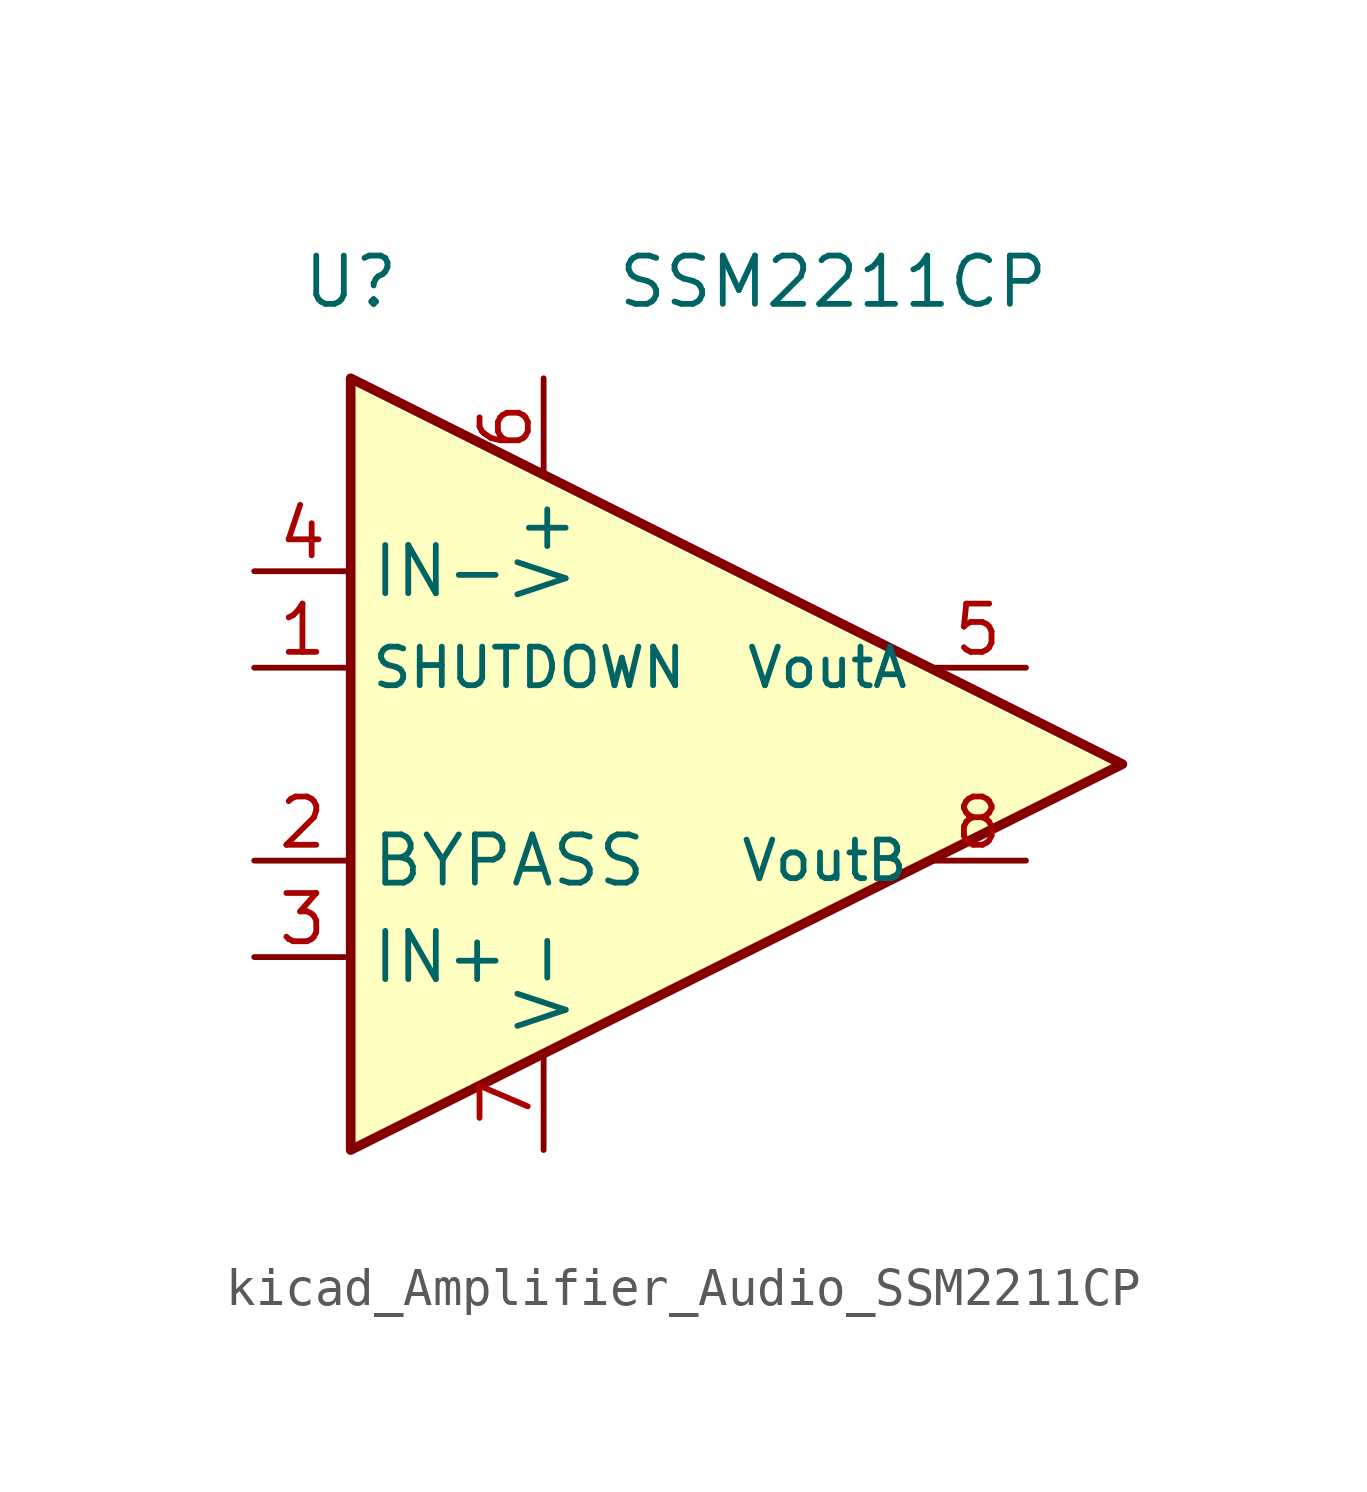
<source format=kicad_sym>
(kicad_symbol_lib
  (version 20220914)
  (generator kicad_symbol_editor)
  (symbol "kicad_Amplifier_Audio_SSM2211CP"
    (property "Reference" "U"
      (at -7.62 12.7 0)
      (effects (font (size 1.27 1.27))))
    (property "Value" "SSM2211CP"
      (at 5.08 12.7 0)
      (effects (font (size 1.27 1.27))))
    (symbol "kicad_Amplifier_Audio_SSM2211CP_0_1"
      (polyline (pts (xy -7.62 10.16) (xy -7.62 -10.16) (xy 12.7 0) (xy -7.62 10.16)) (stroke (width 0.254) (type default)) (fill (type background))))
    (symbol "kicad_Amplifier_Audio_SSM2211CP_1_1"
      (pin input line (at -10.16 2.54 0) (length 2.54) (name "SHUTDOWN" (effects (font (size 1.016 1.016)))) (number "1" (effects (font (size 1.27 1.27)))))
      (pin passive line (at -10.16 -2.54 0) (length 2.54) (name "BYPASS" (effects (font (size 1.27 1.27)))) (number "2" (effects (font (size 1.27 1.27)))))
      (pin input line (at -10.16 -5.08 0) (length 2.54) (name "IN+" (effects (font (size 1.27 1.27)))) (number "3" (effects (font (size 1.27 1.27)))))
      (pin input line (at -10.16 5.08 0) (length 2.54) (name "IN-" (effects (font (size 1.27 1.27)))) (number "4" (effects (font (size 1.27 1.27)))))
      (pin output line (at 10.16 2.54 180) (length 2.54) (name "VoutA" (effects (font (size 1.016 1.016)))) (number "5" (effects (font (size 1.27 1.27)))))
      (pin power_in line (at -2.54 10.16 270) (length 2.54) (name "V+" (effects (font (size 1.27 1.27)))) (number "6" (effects (font (size 1.27 1.27)))))
      (pin power_in line (at -2.54 -10.16 90) (length 2.54) (name "V-" (effects (font (size 1.27 1.27)))) (number "7" (effects (font (size 1.27 1.27)))))
      (pin output line (at 10.16 -2.54 180) (length 2.54) (name "VoutB" (effects (font (size 1.016 1.016)))) (number "8" (effects (font (size 1.27 1.27)))))
      (pin passive line (at -2.54 -10.16 90) (length 2.54) hide (name "V-" (effects (font (size 1.27 1.27)))) (number "9" (effects (font (size 1.27 1.27))))))))
</source>
